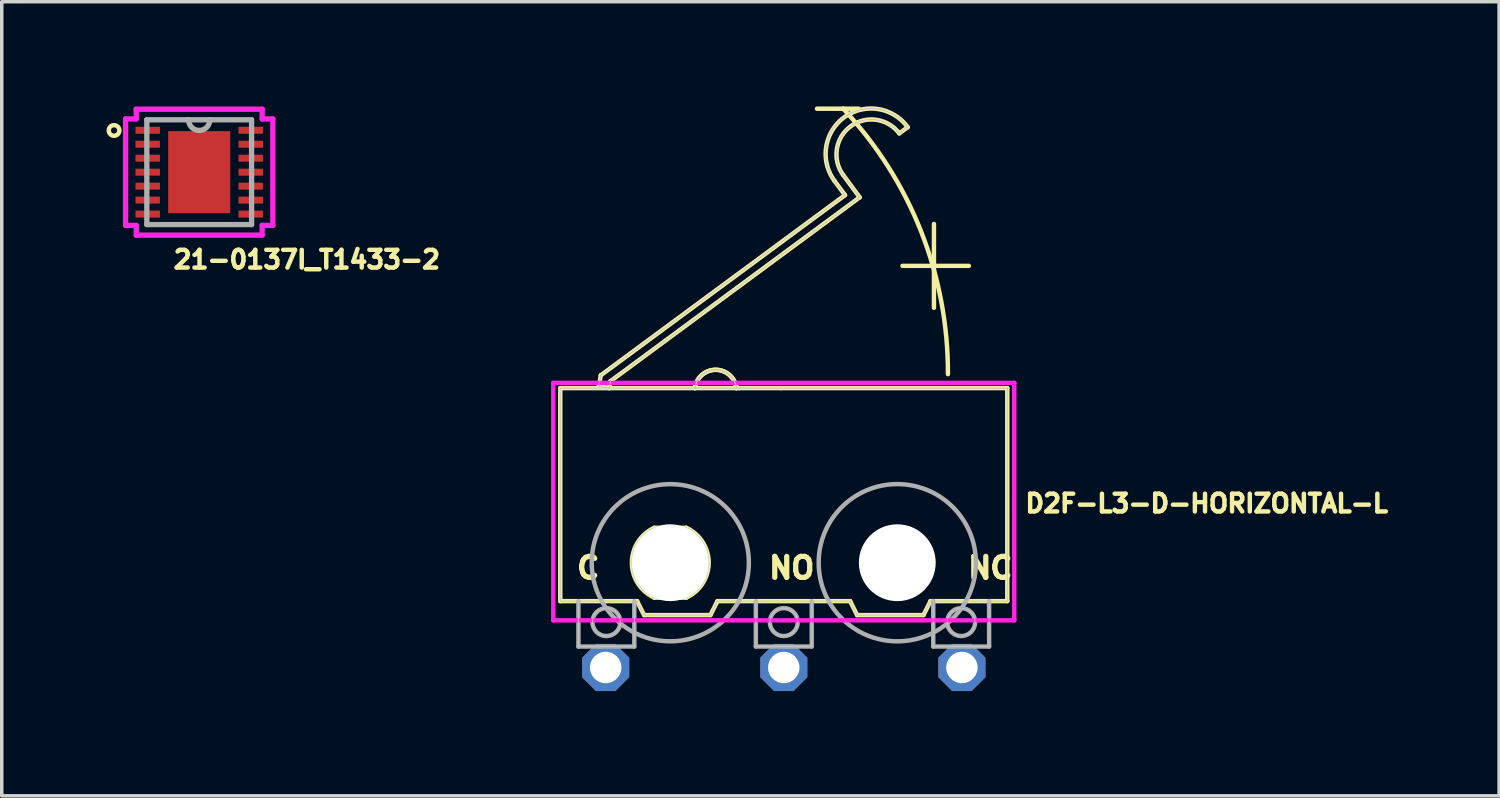
<source format=kicad_pcb>
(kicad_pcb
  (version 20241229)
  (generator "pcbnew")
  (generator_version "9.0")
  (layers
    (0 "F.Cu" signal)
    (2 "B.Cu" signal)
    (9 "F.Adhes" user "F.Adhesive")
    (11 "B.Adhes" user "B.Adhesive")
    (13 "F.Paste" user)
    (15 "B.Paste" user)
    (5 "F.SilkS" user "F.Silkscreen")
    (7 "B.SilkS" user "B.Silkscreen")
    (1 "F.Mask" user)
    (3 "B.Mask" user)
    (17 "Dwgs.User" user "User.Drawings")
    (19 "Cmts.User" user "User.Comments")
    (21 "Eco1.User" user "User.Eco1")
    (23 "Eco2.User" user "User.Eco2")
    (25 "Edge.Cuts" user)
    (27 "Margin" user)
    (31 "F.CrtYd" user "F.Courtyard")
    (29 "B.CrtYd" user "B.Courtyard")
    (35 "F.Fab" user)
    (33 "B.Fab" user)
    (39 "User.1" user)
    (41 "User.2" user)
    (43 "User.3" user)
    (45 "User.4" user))
  (footprint "D2F-L3-D-HORIZONTAL-L"
    (layer "F.Cu")
    (at 19.393 13.063)
    (property "Reference" "D2F-L3-D-HORIZONTAL-L" (at 6.85 -1.4 0) (layer "F.SilkS") (effects (font (size 0.508 0.508) (thickness 0.127)) (justify left bottom)))
    (fp_line (start -6.4 -5) (end -6.4 1.1) (stroke (width 0.127) (type solid)) (layer "F.SilkS"))
    (fp_line (start -5.295 -5.052) (end -5 -5) (stroke (width 0.127) (type solid)) (layer "F.SilkS"))
    (fp_line (start -5.24 -5.367) (end -5.295 -5.052) (stroke (width 0.127) (type solid)) (layer "F.SilkS"))
    (fp_line (start -5 -5) (end -4.965 -5.197) (stroke (width 0.127) (type solid)) (layer "F.SilkS"))
    (fp_line (start -4.965 -5.197) (end 2.173 -10.463) (stroke (width 0.127) (type solid)) (layer "F.SilkS"))
    (fp_line (start -4.2 1.1) (end -6.4 1.1) (stroke (width 0.127) (type solid)) (layer "F.SilkS"))
    (fp_line (start -4 1.5) (end -4.2 1.1) (stroke (width 0.127) (type solid)) (layer "F.SilkS"))
    (fp_line (start -4 1.5) (end -2.1 1.5) (stroke (width 0.127) (type solid)) (layer "F.SilkS"))
    (fp_line (start -3.708 -1) (end -2.792 -1) (stroke (width 0.127) (type solid)) (layer "F.SilkS"))
    (fp_line (start -2.792 1) (end -3.708 1) (stroke (width 0.127) (type solid)) (layer "F.SilkS"))
    (fp_line (start -2.545 -5) (end -6.4 -5) (stroke (width 0.127) (type solid)) (layer "F.SilkS"))
    (fp_line (start -1.9 1.1) (end -2.1 1.5) (stroke (width 0.127) (type solid)) (layer "F.SilkS"))
    (fp_line (start -1.355 -5) (end -2.545 -5) (stroke (width 0.127) (type solid)) (layer "F.SilkS"))
    (fp_line (start -1.275 -5) (end -1.355 -5) (stroke (width 0.127) (type solid)) (layer "F.SilkS"))
    (fp_line (start -0.085 -5) (end -1.275 -5) (stroke (width 0.127) (type solid)) (layer "F.SilkS"))
    (fp_line (start 1.456 -10.928) (end 1.753 -10.526) (stroke (width 0.127) (type solid)) (layer "F.SilkS"))
    (fp_line (start 1.7 -13) (end 0.95 -13) (stroke (width 0.127) (type solid)) (layer "F.SilkS"))
    (fp_line (start 1.753 -10.526) (end -5.24 -5.367) (stroke (width 0.127) (type solid)) (layer "F.SilkS"))
    (fp_line (start 1.9 1.1) (end -1.9 1.1) (stroke (width 0.127) (type solid)) (layer "F.SilkS"))
    (fp_line (start 2.1 1.5) (end 1.9 1.1) (stroke (width 0.127) (type solid)) (layer "F.SilkS"))
    (fp_line (start 2.1 1.5) (end 4 1.5) (stroke (width 0.127) (type solid)) (layer "F.SilkS"))
    (fp_line (start 2.15 -13) (end 1.7 -13) (stroke (width 0.127) (type solid)) (layer "F.SilkS"))
    (fp_line (start 2.173 -10.463) (end 1.698 -11.106) (stroke (width 0.127) (type solid)) (layer "F.SilkS"))
    (fp_line (start 3.307 -12.294) (end 3.549 -12.472) (stroke (width 0.127) (type solid)) (layer "F.SilkS"))
    (fp_line (start 3.4 -8.5) (end 4.3 -8.5) (stroke (width 0.127) (type solid)) (layer "F.SilkS"))
    (fp_line (start 4.2 1.1) (end 4 1.5) (stroke (width 0.127) (type solid)) (layer "F.SilkS"))
    (fp_line (start 4.3 -8.5) (end 4.3 -9.7) (stroke (width 0.127) (type solid)) (layer "F.SilkS"))
    (fp_line (start 4.3 -8.5) (end 5.3 -8.5) (stroke (width 0.127) (type solid)) (layer "F.SilkS"))
    (fp_line (start 4.3 -7.3) (end 4.3 -8.5) (stroke (width 0.127) (type solid)) (layer "F.SilkS"))
    (fp_line (start 6.4 -5) (end -0.085 -5) (stroke (width 0.127) (type solid)) (layer "F.SilkS"))
    (fp_line (start 6.4 1.1) (end 4.2 1.1) (stroke (width 0.127) (type solid)) (layer "F.SilkS"))
    (fp_line (start 6.4 1.1) (end 6.4 -5) (stroke (width 0.127) (type solid)) (layer "F.SilkS"))
    (fp_arc (start -3.708258 1) (mid -4.35 0) (end -3.708259 -1) (stroke (width 0.127) (type solid)) (layer "F.SilkS"))
    (fp_arc (start -2.791739 -1) (mid -2.149998 0) (end -2.79174 1) (stroke (width 0.127) (type solid)) (layer "F.SilkS"))
    (fp_arc (start -2.54516 -5) (mid -1.95 -5.523974) (end -1.35484 -5) (stroke (width 0.127) (type solid)) (layer "F.SilkS"))
    (fp_arc (start -2.54516 -5) (mid -1.95 -5.523974) (end -1.35484 -5) (stroke (width 0.127) (type solid)) (layer "F.SilkS"))
    (fp_arc (start 1.45634 -10.928269) (mid 1.730759 -12.74615) (end 3.54864 -12.471731) (stroke (width 0.127) (type solid)) (layer "F.SilkS"))
    (fp_arc (start 1.697761 -11.106358) (mid 1.90885 -12.504726) (end 3.307218 -12.29364) (stroke (width 0.127) (type solid)) (layer "F.SilkS"))
    (fp_arc (start 1.7 -12.999999) (mid 3.930581 -9.488387) (end 4.7 -5.4) (stroke (width 0.127) (type solid)) (layer "F.SilkS"))
    (fp_circle (center 3.25 0) (end 4.25 0) (stroke (width 0.127) (type solid)) (fill no) (layer "F.SilkS"))
    (fp_line (start -6.4 -5) (end -6.4 1.1) (stroke (width 0.025) (type solid)) (layer "Dwgs.User"))
    (fp_line (start -5.88 1.1) (end -5.88 2.4) (stroke (width 0.025) (type solid)) (layer "Dwgs.User"))
    (fp_line (start -5.88 2.4) (end -4.28 2.4) (stroke (width 0.025) (type solid)) (layer "Dwgs.User"))
    (fp_line (start -5.295 -5.052) (end -5 -5) (stroke (width 0.025) (type solid)) (layer "Dwgs.User"))
    (fp_line (start -5.24 -5.367) (end -5.295 -5.052) (stroke (width 0.025) (type solid)) (layer "Dwgs.User"))
    (fp_line (start -5 -5) (end -4.965 -5.197) (stroke (width 0.025) (type solid)) (layer "Dwgs.User"))
    (fp_line (start -4.965 -5.197) (end 2.173 -10.463) (stroke (width 0.025) (type solid)) (layer "Dwgs.User"))
    (fp_line (start -4.28 2.4) (end -4.28 1.1) (stroke (width 0.025) (type solid)) (layer "Dwgs.User"))
    (fp_line (start -4.2 1.1) (end -6.4 1.1) (stroke (width 0.025) (type solid)) (layer "Dwgs.User"))
    (fp_line (start -4 1.5) (end -4.2 1.1) (stroke (width 0.025) (type solid)) (layer "Dwgs.User"))
    (fp_line (start -4 1.5) (end -2.1 1.5) (stroke (width 0.025) (type solid)) (layer "Dwgs.User"))
    (fp_line (start -3.708 -1) (end -2.792 -1) (stroke (width 0.025) (type solid)) (layer "Dwgs.User"))
    (fp_line (start -2.792 1) (end -3.708 1) (stroke (width 0.025) (type solid)) (layer "Dwgs.User"))
    (fp_line (start -2.545 -5) (end -6.4 -5) (stroke (width 0.025) (type solid)) (layer "Dwgs.User"))
    (fp_line (start -1.9 1.1) (end -2.1 1.5) (stroke (width 0.025) (type solid)) (layer "Dwgs.User"))
    (fp_line (start -1.355 -5) (end -2.545 -5) (stroke (width 0.025) (type solid)) (layer "Dwgs.User"))
    (fp_line (start -1.275 -5) (end -1.355 -5) (stroke (width 0.025) (type solid)) (layer "Dwgs.User"))
    (fp_line (start -0.8 1.1) (end -0.8 2.4) (stroke (width 0.025) (type solid)) (layer "Dwgs.User"))
    (fp_line (start -0.8 2.4) (end 0.8 2.4) (stroke (width 0.025) (type solid)) (layer "Dwgs.User"))
    (fp_line (start -0.085 -5) (end -1.275 -5) (stroke (width 0.025) (type solid)) (layer "Dwgs.User"))
    (fp_line (start 0.8 2.4) (end 0.8 1.1) (stroke (width 0.025) (type solid)) (layer "Dwgs.User"))
    (fp_line (start 1.456 -10.928) (end 1.753 -10.526) (stroke (width 0.025) (type solid)) (layer "Dwgs.User"))
    (fp_line (start 1.753 -10.526) (end -5.24 -5.367) (stroke (width 0.025) (type solid)) (layer "Dwgs.User"))
    (fp_line (start 1.9 1.1) (end -1.9 1.1) (stroke (width 0.025) (type solid)) (layer "Dwgs.User"))
    (fp_line (start 2.1 1.5) (end 1.9 1.1) (stroke (width 0.025) (type solid)) (layer "Dwgs.User"))
    (fp_line (start 2.1 1.5) (end 4 1.5) (stroke (width 0.025) (type solid)) (layer "Dwgs.User"))
    (fp_line (start 2.173 -10.463) (end 1.698 -11.106) (stroke (width 0.025) (type solid)) (layer "Dwgs.User"))
    (fp_line (start 3.307 -12.294) (end 3.549 -12.472) (stroke (width 0.025) (type solid)) (layer "Dwgs.User"))
    (fp_line (start 4.2 1.1) (end 4 1.5) (stroke (width 0.025) (type solid)) (layer "Dwgs.User"))
    (fp_line (start 4.28 1.1) (end 4.28 2.4) (stroke (width 0.025) (type solid)) (layer "Dwgs.User"))
    (fp_line (start 4.28 2.4) (end 5.88 2.4) (stroke (width 0.025) (type solid)) (layer "Dwgs.User"))
    (fp_line (start 5.88 2.4) (end 5.88 1.1) (stroke (width 0.025) (type solid)) (layer "Dwgs.User"))
    (fp_line (start 6.4 -5) (end -0.085 -5) (stroke (width 0.025) (type solid)) (layer "Dwgs.User"))
    (fp_line (start 6.4 1.1) (end 4.2 1.1) (stroke (width 0.025) (type solid)) (layer "Dwgs.User"))
    (fp_line (start 6.4 1.1) (end 6.4 -5) (stroke (width 0.025) (type solid)) (layer "Dwgs.User"))
    (fp_arc (start -3.708258 1) (mid -4.35 0) (end -3.708259 -1) (stroke (width 0.025) (type solid)) (layer "Dwgs.User"))
    (fp_arc (start -2.791739 -1) (mid -2.149998 0) (end -2.79174 1) (stroke (width 0.025) (type solid)) (layer "Dwgs.User"))
    (fp_arc (start -2.54516 -5) (mid -1.95 -5.523974) (end -1.35484 -5) (stroke (width 0.025) (type solid)) (layer "Dwgs.User"))
    (fp_arc (start -2.54516 -5) (mid -1.95 -5.523974) (end -1.35484 -5) (stroke (width 0.025) (type solid)) (layer "Dwgs.User"))
    (fp_arc (start 1.45634 -10.928269) (mid 1.730759 -12.74615) (end 3.54864 -12.471731) (stroke (width 0.025) (type solid)) (layer "Dwgs.User"))
    (fp_arc (start 1.697761 -11.106358) (mid 1.90885 -12.504726) (end 3.307218 -12.29364) (stroke (width 0.025) (type solid)) (layer "Dwgs.User"))
    (fp_circle (center -5.08 1.7) (end -4.68 1.7) (stroke (width 0.025) (type solid)) (fill no) (layer "Dwgs.User"))
    (fp_circle (center 0 1.7) (end 0.4 1.7) (stroke (width 0.025) (type solid)) (fill no) (layer "Dwgs.User"))
    (fp_circle (center 3.25 0) (end 4.25 0) (stroke (width 0.025) (type solid)) (fill no) (layer "Dwgs.User"))
    (fp_circle (center 5.08 1.7) (end 5.48 1.7) (stroke (width 0.025) (type solid)) (fill no) (layer "Dwgs.User"))
    (fp_line (start -6.6 -5.15) (end 6.6 -5.15) (stroke (width 0.127) (type solid)) (layer "F.CrtYd"))
    (fp_line (start -6.6 1.65) (end -6.6 -5.15) (stroke (width 0.127) (type solid)) (layer "F.CrtYd"))
    (fp_line (start 6.6 -5.15) (end 6.6 1.65) (stroke (width 0.127) (type solid)) (layer "F.CrtYd"))
    (fp_line (start 6.6 1.65) (end -6.6 1.65) (stroke (width 0.127) (type solid)) (layer "F.CrtYd"))
    (fp_line (start -5.88 1.1) (end -5.88 2.4) (stroke (width 0.127) (type solid)) (layer "F.Fab"))
    (fp_line (start -5.88 2.4) (end -4.28 2.4) (stroke (width 0.127) (type solid)) (layer "F.Fab"))
    (fp_line (start -4.28 2.4) (end -4.28 1.1) (stroke (width 0.127) (type solid)) (layer "F.Fab"))
    (fp_line (start -0.8 1.1) (end -0.8 2.4) (stroke (width 0.127) (type solid)) (layer "F.Fab"))
    (fp_line (start -0.8 2.4) (end 0.8 2.4) (stroke (width 0.127) (type solid)) (layer "F.Fab"))
    (fp_line (start 0.8 2.4) (end 0.8 1.1) (stroke (width 0.127) (type solid)) (layer "F.Fab"))
    (fp_line (start 4.28 1.1) (end 4.28 2.4) (stroke (width 0.127) (type solid)) (layer "F.Fab"))
    (fp_line (start 4.28 2.4) (end 5.88 2.4) (stroke (width 0.127) (type solid)) (layer "F.Fab"))
    (fp_line (start 5.88 2.4) (end 5.88 1.1) (stroke (width 0.127) (type solid)) (layer "F.Fab"))
    (fp_circle (center -5.08 1.7) (end -4.68 1.7) (stroke (width 0.127) (type solid)) (fill no) (layer "F.Fab"))
    (fp_circle (center -3.25 0) (end -1 0) (stroke (width 0.127) (type solid)) (fill no) (layer "F.Fab"))
    (fp_circle (center 0 1.7) (end 0.4 1.7) (stroke (width 0.127) (type solid)) (fill no) (layer "F.Fab"))
    (fp_circle (center 3.25 0) (end 5.501 0) (stroke (width 0.127) (type solid)) (fill no) (layer "F.Fab"))
    (fp_circle (center 5.08 1.7) (end 5.48 1.7) (stroke (width 0.127) (type solid)) (fill no) (layer "F.Fab"))
    (fp_text user "NO" (at -0.5 0.5 0) (layer "F.SilkS") (effects (font (size 0.6 0.6) (thickness 0.15)) (justify left bottom)))
    (fp_text user "NC" (at 5.2 0.5 0) (layer "F.SilkS") (effects (font (size 0.6 0.6) (thickness 0.15)) (justify left bottom)))
    (fp_text user "C" (at -6 0.5 0) (layer "F.SilkS") (effects (font (size 0.6 0.6) (thickness 0.15)) (justify left bottom)))
    (pad "" np_thru_hole circle (at -3.25 0) (size 2.2 2.2) (drill 2.2) (layers "*.Cu" "*.Mask"))
    (pad "" np_thru_hole circle (at 3.25 0) (size 2.2 2.2) (drill 2.2) (layers "*.Cu" "*.Mask"))
    (pad "C" thru_hole roundrect (at -5.1 3 225) (size 1.35 1.35) (drill 0.9) (layers "*.Cu" "*.Mask") (roundrect_rratio 0.25) (chamfer_ratio 0.293) (chamfer top_left top_right bottom_left bottom_right))
    (pad "NC" thru_hole roundrect (at 5.1 3 315) (size 1.35 1.35) (drill 0.9) (layers "*.Cu" "*.Mask") (roundrect_rratio 0.25) (chamfer_ratio 0.293) (chamfer top_left top_right bottom_left bottom_right))
    (pad "NO" thru_hole roundrect (at 0 3 270) (size 1.35 1.35) (drill 0.9) (layers "*.Cu" "*.Mask") (roundrect_rratio 0.25) (chamfer_ratio 0.293) (chamfer top_left top_right bottom_left bottom_right)))
  (footprint "21-0137I_T1433-2"
    (layer "F.Cu")
    (at 2.654 1.88)
    (property "Reference" "21-0137I_T1433-2" (at -0.8 2.8 0) (layer "F.SilkS") (effects (font (size 0.508 0.508) (thickness 0.127)) (justify left bottom)))
    (fp_circle (center -2.438 -1.194) (end -2.286 -1.194) (stroke (width 0.127) (type solid)) (fill no) (layer "F.SilkS"))
    (fp_poly (pts (xy -0.7 -0.2) (xy -0.2 -0.2) (xy -0.2 -0.9) (xy -0.7 -0.9)) (stroke (width 0) (type default)) (fill yes) (layer "F.Paste"))
    (fp_poly (pts (xy -0.7 0.9) (xy -0.2 0.9) (xy -0.2 0.2) (xy -0.7 0.2)) (stroke (width 0) (type default)) (fill yes) (layer "F.Paste"))
    (fp_poly (pts (xy 0.2 -0.2) (xy 0.7 -0.2) (xy 0.7 -0.9) (xy 0.2 -0.9)) (stroke (width 0) (type default)) (fill yes) (layer "F.Paste"))
    (fp_poly (pts (xy 0.2 0.9) (xy 0.7 0.9) (xy 0.7 0.2) (xy 0.2 0.2)) (stroke (width 0) (type default)) (fill yes) (layer "F.Paste"))
    (fp_line (start -2.108 1.524) (end -2.108 -1.524) (stroke (width 0.152) (type solid)) (layer "F.CrtYd"))
    (fp_line (start -2.108 1.524) (end -1.803 1.524) (stroke (width 0.152) (type solid)) (layer "F.CrtYd"))
    (fp_line (start -1.803 -1.803) (end 1.803 -1.803) (stroke (width 0.152) (type solid)) (layer "F.CrtYd"))
    (fp_line (start -1.803 -1.524) (end -2.108 -1.524) (stroke (width 0.152) (type solid)) (layer "F.CrtYd"))
    (fp_line (start -1.803 -1.524) (end -1.803 -1.803) (stroke (width 0.152) (type solid)) (layer "F.CrtYd"))
    (fp_line (start -1.803 1.803) (end -1.803 1.524) (stroke (width 0.152) (type solid)) (layer "F.CrtYd"))
    (fp_line (start 1.803 -1.803) (end 1.803 -1.524) (stroke (width 0.152) (type solid)) (layer "F.CrtYd"))
    (fp_line (start 1.803 1.524) (end 1.803 1.803) (stroke (width 0.152) (type solid)) (layer "F.CrtYd"))
    (fp_line (start 1.803 1.803) (end -1.803 1.803) (stroke (width 0.152) (type solid)) (layer "F.CrtYd"))
    (fp_line (start 2.108 -1.524) (end 1.803 -1.524) (stroke (width 0.152) (type solid)) (layer "F.CrtYd"))
    (fp_line (start 2.108 -1.524) (end 2.108 1.524) (stroke (width 0.152) (type solid)) (layer "F.CrtYd"))
    (fp_line (start 2.108 1.524) (end 1.803 1.524) (stroke (width 0.152) (type solid)) (layer "F.CrtYd"))
    (fp_line (start -1.5 -1.5) (end -1.5 1.5) (stroke (width 0.152) (type solid)) (layer "F.Fab"))
    (fp_line (start -1.5 1.5) (end 1.5 1.5) (stroke (width 0.152) (type solid)) (layer "F.Fab"))
    (fp_line (start -0.305 -1.5) (end -1.5 -1.5) (stroke (width 0.152) (type solid)) (layer "F.Fab"))
    (fp_line (start 0.305 -1.5) (end -0.305 -1.5) (stroke (width 0.152) (type solid)) (layer "F.Fab"))
    (fp_line (start 1.5 -1.5) (end 0.305 -1.5) (stroke (width 0.152) (type solid)) (layer "F.Fab"))
    (fp_line (start 1.5 1.5) (end 1.5 -1.5) (stroke (width 0.152) (type solid)) (layer "F.Fab"))
    (fp_arc (start 0.3048 -1.5) (mid 0 -1.1952) (end -0.3048 -1.5) (stroke (width 0.1524) (type solid)) (layer "F.Fab"))
    (pad "1" smd rect (at -1.475 -1.2) (size 0.7 0.2) (layers "F.Cu" "F.Mask" "F.Paste"))
    (pad "2" smd rect (at -1.475 -0.8) (size 0.7 0.2) (layers "F.Cu" "F.Mask" "F.Paste"))
    (pad "3" smd rect (at -1.475 -0.4) (size 0.7 0.2) (layers "F.Cu" "F.Mask" "F.Paste"))
    (pad "4" smd rect (at -1.475 0) (size 0.7 0.2) (layers "F.Cu" "F.Mask" "F.Paste"))
    (pad "5" smd rect (at -1.475 0.4) (size 0.7 0.2) (layers "F.Cu" "F.Mask" "F.Paste"))
    (pad "6" smd rect (at -1.475 0.8) (size 0.7 0.2) (layers "F.Cu" "F.Mask" "F.Paste"))
    (pad "7" smd rect (at -1.475 1.2) (size 0.7 0.2) (layers "F.Cu" "F.Mask" "F.Paste"))
    (pad "8" smd rect (at 1.475 1.2) (size 0.7 0.2) (layers "F.Cu" "F.Mask" "F.Paste"))
    (pad "9" smd rect (at 1.475 0.8) (size 0.7 0.2) (layers "F.Cu" "F.Mask" "F.Paste"))
    (pad "10" smd rect (at 1.475 0.4) (size 0.7 0.2) (layers "F.Cu" "F.Mask" "F.Paste"))
    (pad "11" smd rect (at 1.475 0) (size 0.7 0.2) (layers "F.Cu" "F.Mask" "F.Paste"))
    (pad "12" smd rect (at 1.475 -0.4) (size 0.7 0.2) (layers "F.Cu" "F.Mask" "F.Paste"))
    (pad "13" smd rect (at 1.475 -0.8) (size 0.7 0.2) (layers "F.Cu" "F.Mask" "F.Paste"))
    (pad "14" smd rect (at 1.475 -1.2) (size 0.7 0.2) (layers "F.Cu" "F.Mask" "F.Paste"))
    (pad "EP" smd rect (at 0 0) (size 1.78 2.35) (layers "F.Cu" "F.Mask")))
  (gr_rect
    (start -3 -3)
    (end 39.876 19.738)
    (stroke (width 0.1) (type default))
    (fill no)
    (layer "Edge.Cuts")))
</source>
